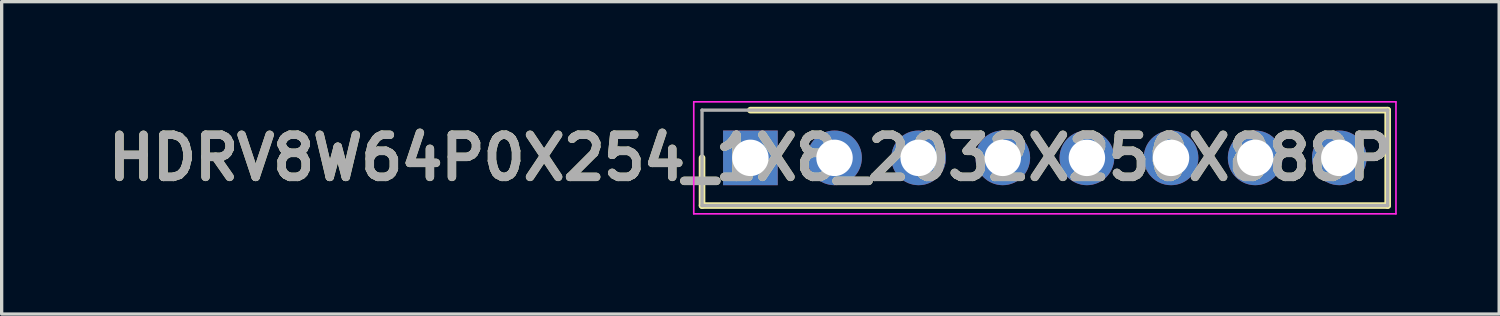
<source format=kicad_pcb>
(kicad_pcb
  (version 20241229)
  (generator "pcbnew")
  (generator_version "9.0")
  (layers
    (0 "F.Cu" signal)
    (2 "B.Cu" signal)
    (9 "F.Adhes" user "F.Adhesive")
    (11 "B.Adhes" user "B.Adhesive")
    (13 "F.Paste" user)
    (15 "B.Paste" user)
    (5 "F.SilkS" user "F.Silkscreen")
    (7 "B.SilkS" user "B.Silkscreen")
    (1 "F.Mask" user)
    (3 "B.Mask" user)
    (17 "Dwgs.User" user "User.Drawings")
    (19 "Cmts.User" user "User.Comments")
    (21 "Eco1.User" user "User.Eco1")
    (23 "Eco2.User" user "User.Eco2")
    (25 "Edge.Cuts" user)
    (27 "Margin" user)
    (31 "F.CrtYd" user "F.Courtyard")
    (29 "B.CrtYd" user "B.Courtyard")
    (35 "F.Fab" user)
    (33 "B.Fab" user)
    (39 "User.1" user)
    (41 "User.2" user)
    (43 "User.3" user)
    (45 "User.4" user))
  (footprint "HDRV8W64P0X254_1X8_2032X250X888P"
    (layer "F.Cu")
    (at 19.606 1.716)
    (property "Reference" "HDRV8W64P0X254_1X8_2032X250X888P" (at 0 0 0) (layer "F.SilkS") (effects (font (size 1.27 1.27) (thickness 0.254))))
    (attr through_hole)
    (fp_line (start -1.46 0) (end -1.46 1.44) (stroke (width 0.2) (type solid)) (layer "F.SilkS"))
    (fp_line (start -1.46 1.44) (end 19.241 1.44) (stroke (width 0.2) (type solid)) (layer "F.SilkS"))
    (fp_line (start 19.241 -1.441) (end 0 -1.441) (stroke (width 0.2) (type solid)) (layer "F.SilkS"))
    (fp_line (start 19.241 1.44) (end 19.241 -1.441) (stroke (width 0.2) (type solid)) (layer "F.SilkS"))
    (fp_line (start -1.71 -1.691) (end 19.491 -1.691) (stroke (width 0.05) (type solid)) (layer "F.CrtYd"))
    (fp_line (start -1.71 1.69) (end -1.71 -1.691) (stroke (width 0.05) (type solid)) (layer "F.CrtYd"))
    (fp_line (start 19.491 -1.691) (end 19.491 1.69) (stroke (width 0.05) (type solid)) (layer "F.CrtYd"))
    (fp_line (start 19.491 1.69) (end -1.71 1.69) (stroke (width 0.05) (type solid)) (layer "F.CrtYd"))
    (fp_line (start -1.46 -1.441) (end 19.241 -1.441) (stroke (width 0.1) (type solid)) (layer "F.Fab"))
    (fp_line (start -1.46 1.44) (end -1.46 -1.441) (stroke (width 0.1) (type solid)) (layer "F.Fab"))
    (fp_line (start 19.241 -1.441) (end 19.241 1.44) (stroke (width 0.1) (type solid)) (layer "F.Fab"))
    (fp_line (start 19.241 1.44) (end -1.46 1.44) (stroke (width 0.1) (type solid)) (layer "F.Fab"))
    (fp_text user "${REFERENCE}" (at 0 0 0) (layer "F.Fab") (effects (font (size 1.27 1.27) (thickness 0.254))))
    (pad "1" thru_hole rect (at 0 0) (size 1.65 1.65) (drill 1.1) (layers "*.Cu" "*.Mask"))
    (pad "2" thru_hole circle (at 2.54 0) (size 1.65 1.65) (drill 1.1) (layers "*.Cu" "*.Mask"))
    (pad "3" thru_hole circle (at 5.08 0) (size 1.65 1.65) (drill 1.1) (layers "*.Cu" "*.Mask"))
    (pad "4" thru_hole circle (at 7.62 0) (size 1.65 1.65) (drill 1.1) (layers "*.Cu" "*.Mask"))
    (pad "5" thru_hole circle (at 10.16 0) (size 1.65 1.65) (drill 1.1) (layers "*.Cu" "*.Mask"))
    (pad "6" thru_hole circle (at 12.7 0) (size 1.65 1.65) (drill 1.1) (layers "*.Cu" "*.Mask"))
    (pad "7" thru_hole circle (at 15.24 0) (size 1.65 1.65) (drill 1.1) (layers "*.Cu" "*.Mask"))
    (pad "8" thru_hole circle (at 17.78 0) (size 1.65 1.65) (drill 1.1) (layers "*.Cu" "*.Mask")))
  (gr_rect
    (start -3 -3)
    (end 42.213 6.431)
    (stroke (width 0.1) (type default))
    (fill no)
    (layer "Edge.Cuts")))
</source>
